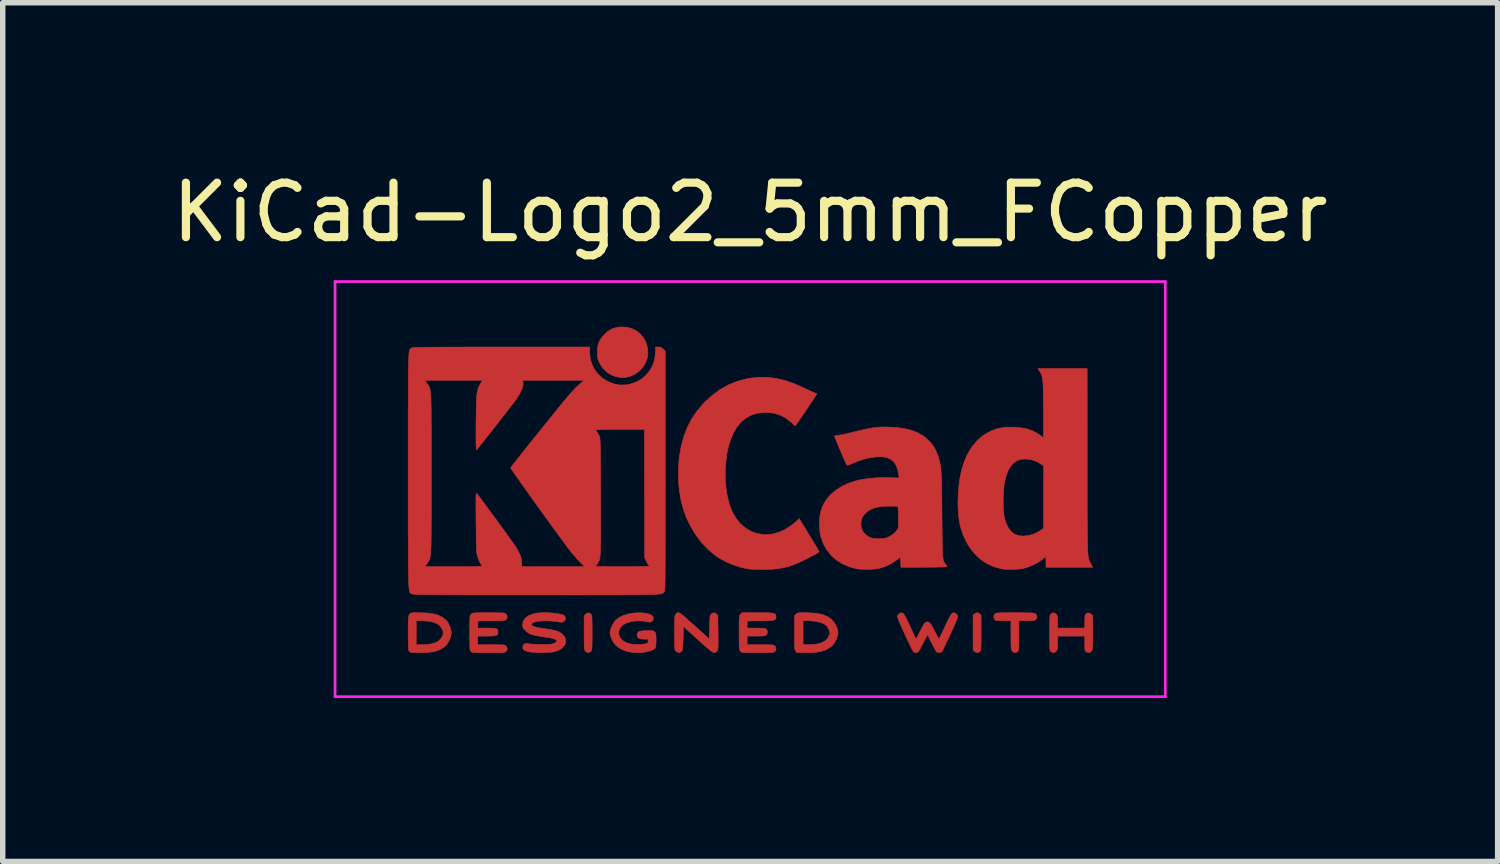
<source format=kicad_pcb>
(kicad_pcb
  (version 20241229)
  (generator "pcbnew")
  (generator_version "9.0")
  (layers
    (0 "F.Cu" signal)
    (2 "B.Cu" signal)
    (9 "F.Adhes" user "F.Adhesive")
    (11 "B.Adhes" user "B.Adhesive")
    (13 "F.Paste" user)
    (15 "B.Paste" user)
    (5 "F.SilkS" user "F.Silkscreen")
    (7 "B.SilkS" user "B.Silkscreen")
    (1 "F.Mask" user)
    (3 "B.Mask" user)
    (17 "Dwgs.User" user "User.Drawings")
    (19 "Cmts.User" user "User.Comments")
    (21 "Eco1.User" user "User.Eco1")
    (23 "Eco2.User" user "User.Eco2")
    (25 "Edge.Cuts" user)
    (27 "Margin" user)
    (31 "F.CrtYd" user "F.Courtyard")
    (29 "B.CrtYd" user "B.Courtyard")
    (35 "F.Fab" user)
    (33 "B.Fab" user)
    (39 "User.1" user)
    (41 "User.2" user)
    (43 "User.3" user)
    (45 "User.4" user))
  (footprint "KiCad-Logo2_5mm_FCopper"
    (layer "F.Cu")
    (at 10.72 5.928)
    (property "Reference" "KiCad-Logo2_5mm_FCopper" (at 0 -5.08 0) (layer "F.SilkS") (effects (font (size 1 1) (thickness 0.15))))
    (attr exclude_from_pos_files exclude_from_bom)
    (fp_poly (pts (xy 4.189 2.276) (xy 4.212 2.291) (xy 4.239 2.312) (xy 4.239 2.634) (xy 4.239 2.728) (xy 4.239 2.802) (xy 4.238 2.859) (xy 4.236 2.901) (xy 4.234 2.931) (xy 4.231 2.951) (xy 4.227 2.965) (xy 4.221 2.974) (xy 4.217 2.979) (xy 4.186 3) (xy 4.15 2.999) (xy 4.119 2.981) (xy 4.092 2.96) (xy 4.092 2.312) (xy 4.119 2.291) (xy 4.145 2.275) (xy 4.166 2.269) (xy 4.189 2.276)) (stroke (width 0.01) (type solid)) (fill yes) (layer "F.Cu"))
    (fp_poly (pts (xy -2.924 2.292) (xy -2.917 2.299) (xy -2.912 2.309) (xy -2.908 2.324) (xy -2.905 2.346) (xy -2.903 2.378) (xy -2.902 2.422) (xy -2.902 2.482) (xy -2.901 2.56) (xy -2.901 2.636) (xy -2.901 2.73) (xy -2.902 2.804) (xy -2.902 2.86) (xy -2.904 2.902) (xy -2.906 2.932) (xy -2.909 2.952) (xy -2.913 2.965) (xy -2.919 2.974) (xy -2.924 2.98) (xy -2.957 3) (xy -2.992 2.998) (xy -3.023 2.977) (xy -3.031 2.968) (xy -3.036 2.959) (xy -3.041 2.945) (xy -3.044 2.924) (xy -3.046 2.895) (xy -3.047 2.853) (xy -3.048 2.796) (xy -3.048 2.722) (xy -3.048 2.638) (xy -3.048 2.324) (xy -3.02 2.297) (xy -2.986 2.273) (xy -2.953 2.273) (xy -2.924 2.292)) (stroke (width 0.01) (type solid)) (fill yes) (layer "F.Cu"))
    (fp_poly (pts (xy -2.273 -2.973) (xy -2.177 -2.949) (xy -2.09 -2.906) (xy -2.015 -2.847) (xy -1.954 -2.772) (xy -1.909 -2.683) (xy -1.883 -2.586) (xy -1.877 -2.489) (xy -1.892 -2.395) (xy -1.926 -2.307) (xy -1.977 -2.228) (xy -2.042 -2.16) (xy -2.121 -2.106) (xy -2.212 -2.068) (xy -2.263 -2.056) (xy -2.308 -2.048) (xy -2.342 -2.045) (xy -2.375 -2.047) (xy -2.415 -2.054) (xy -2.449 -2.061) (xy -2.542 -2.092) (xy -2.626 -2.143) (xy -2.698 -2.213) (xy -2.756 -2.298) (xy -2.77 -2.326) (xy -2.787 -2.362) (xy -2.797 -2.392) (xy -2.802 -2.425) (xy -2.805 -2.466) (xy -2.805 -2.512) (xy -2.801 -2.596) (xy -2.787 -2.665) (xy -2.762 -2.726) (xy -2.723 -2.784) (xy -2.684 -2.829) (xy -2.612 -2.895) (xy -2.537 -2.94) (xy -2.455 -2.967) (xy -2.377 -2.977) (xy -2.273 -2.973)) (stroke (width 0.01) (type solid)) (fill yes) (layer "F.Cu"))
    (fp_poly (pts (xy 4.963 2.269) (xy 5.042 2.27) (xy 5.103 2.27) (xy 5.149 2.272) (xy 5.182 2.274) (xy 5.205 2.277) (xy 5.221 2.28) (xy 5.231 2.285) (xy 5.236 2.289) (xy 5.261 2.321) (xy 5.265 2.355) (xy 5.249 2.386) (xy 5.238 2.398) (xy 5.227 2.406) (xy 5.211 2.412) (xy 5.186 2.414) (xy 5.147 2.416) (xy 5.09 2.416) (xy 5.079 2.416) (xy 4.933 2.416) (xy 4.933 2.687) (xy 4.933 2.772) (xy 4.933 2.838) (xy 4.932 2.887) (xy 4.93 2.922) (xy 4.927 2.946) (xy 4.923 2.962) (xy 4.918 2.972) (xy 4.911 2.98) (xy 4.878 3) (xy 4.843 2.999) (xy 4.812 2.976) (xy 4.81 2.973) (xy 4.802 2.962) (xy 4.797 2.95) (xy 4.793 2.933) (xy 4.79 2.908) (xy 4.788 2.872) (xy 4.787 2.822) (xy 4.787 2.755) (xy 4.786 2.68) (xy 4.786 2.416) (xy 4.647 2.416) (xy 4.587 2.415) (xy 4.546 2.414) (xy 4.519 2.411) (xy 4.502 2.405) (xy 4.49 2.397) (xy 4.489 2.395) (xy 4.473 2.362) (xy 4.474 2.324) (xy 4.493 2.292) (xy 4.5 2.285) (xy 4.51 2.28) (xy 4.524 2.276) (xy 4.545 2.274) (xy 4.575 2.272) (xy 4.618 2.27) (xy 4.676 2.269) (xy 4.75 2.269) (xy 4.844 2.269) (xy 4.864 2.269) (xy 4.963 2.269)) (stroke (width 0.01) (type solid)) (fill yes) (layer "F.Cu"))
    (fp_poly (pts (xy 6.229 2.275) (xy 6.26 2.297) (xy 6.288 2.324) (xy 6.288 2.634) (xy 6.288 2.726) (xy 6.287 2.798) (xy 6.287 2.853) (xy 6.285 2.893) (xy 6.283 2.922) (xy 6.28 2.942) (xy 6.275 2.956) (xy 6.269 2.967) (xy 6.265 2.973) (xy 6.234 2.998) (xy 6.198 3) (xy 6.166 2.985) (xy 6.156 2.976) (xy 6.148 2.965) (xy 6.144 2.946) (xy 6.142 2.915) (xy 6.141 2.869) (xy 6.141 2.833) (xy 6.141 2.698) (xy 5.644 2.698) (xy 5.644 2.821) (xy 5.644 2.877) (xy 5.642 2.915) (xy 5.638 2.941) (xy 5.63 2.96) (xy 5.621 2.973) (xy 5.59 2.998) (xy 5.555 3.001) (xy 5.522 2.983) (xy 5.513 2.974) (xy 5.506 2.962) (xy 5.502 2.943) (xy 5.499 2.914) (xy 5.498 2.87) (xy 5.497 2.808) (xy 5.497 2.794) (xy 5.497 2.678) (xy 5.497 2.582) (xy 5.497 2.504) (xy 5.497 2.443) (xy 5.498 2.396) (xy 5.5 2.361) (xy 5.502 2.335) (xy 5.505 2.318) (xy 5.51 2.306) (xy 5.515 2.298) (xy 5.52 2.292) (xy 5.552 2.272) (xy 5.585 2.275) (xy 5.617 2.297) (xy 5.629 2.311) (xy 5.638 2.327) (xy 5.642 2.35) (xy 5.644 2.384) (xy 5.644 2.436) (xy 5.644 2.551) (xy 6.141 2.551) (xy 6.141 2.433) (xy 6.142 2.378) (xy 6.144 2.341) (xy 6.148 2.317) (xy 6.155 2.301) (xy 6.164 2.292) (xy 6.196 2.272) (xy 6.229 2.275)) (stroke (width 0.01) (type solid)) (fill yes) (layer "F.Cu"))
    (fp_poly (pts (xy 1.018 2.269) (xy 1.147 2.274) (xy 1.257 2.287) (xy 1.349 2.31) (xy 1.426 2.343) (xy 1.489 2.388) (xy 1.539 2.444) (xy 1.58 2.514) (xy 1.58 2.515) (xy 1.605 2.577) (xy 1.613 2.633) (xy 1.606 2.688) (xy 1.584 2.751) (xy 1.579 2.761) (xy 1.55 2.817) (xy 1.517 2.86) (xy 1.475 2.897) (xy 1.417 2.934) (xy 1.414 2.936) (xy 1.364 2.96) (xy 1.307 2.978) (xy 1.24 2.991) (xy 1.159 2.999) (xy 1.06 3.002) (xy 1.025 3.002) (xy 0.86 3.003) (xy 0.836 2.973) (xy 0.829 2.963) (xy 0.824 2.952) (xy 0.82 2.936) (xy 0.817 2.913) (xy 0.815 2.88) (xy 0.814 2.856) (xy 0.971 2.856) (xy 1.065 2.856) (xy 1.12 2.854) (xy 1.176 2.85) (xy 1.222 2.844) (xy 1.225 2.844) (xy 1.307 2.822) (xy 1.371 2.789) (xy 1.418 2.743) (xy 1.451 2.683) (xy 1.457 2.667) (xy 1.463 2.642) (xy 1.46 2.618) (xy 1.448 2.585) (xy 1.441 2.569) (xy 1.418 2.527) (xy 1.39 2.497) (xy 1.359 2.477) (xy 1.297 2.45) (xy 1.218 2.43) (xy 1.125 2.419) (xy 1.058 2.416) (xy 0.971 2.416) (xy 0.971 2.856) (xy 0.814 2.856) (xy 0.814 2.835) (xy 0.813 2.774) (xy 0.813 2.696) (xy 0.813 2.634) (xy 0.813 2.324) (xy 0.841 2.297) (xy 0.853 2.286) (xy 0.866 2.278) (xy 0.885 2.273) (xy 0.913 2.27) (xy 0.955 2.269) (xy 1.015 2.269) (xy 1.018 2.269)) (stroke (width 0.01) (type solid)) (fill yes) (layer "F.Cu"))
    (fp_poly (pts (xy -6.121 2.269) (xy -6.082 2.269) (xy -5.966 2.272) (xy -5.869 2.281) (xy -5.788 2.295) (xy -5.719 2.317) (xy -5.658 2.347) (xy -5.604 2.387) (xy -5.584 2.404) (xy -5.552 2.443) (xy -5.523 2.497) (xy -5.5 2.557) (xy -5.488 2.615) (xy -5.486 2.636) (xy -5.494 2.695) (xy -5.516 2.759) (xy -5.547 2.82) (xy -5.584 2.868) (xy -5.59 2.874) (xy -5.641 2.915) (xy -5.696 2.947) (xy -5.76 2.971) (xy -5.834 2.988) (xy -5.924 2.998) (xy -6.031 3.002) (xy -6.08 3.003) (xy -6.142 3.003) (xy -6.186 3.001) (xy -6.215 2.999) (xy -6.234 2.994) (xy -6.247 2.987) (xy -6.254 2.98) (xy -6.261 2.973) (xy -6.266 2.963) (xy -6.27 2.948) (xy -6.273 2.926) (xy -6.274 2.894) (xy -6.276 2.85) (xy -6.276 2.79) (xy -6.277 2.712) (xy -6.277 2.636) (xy -6.277 2.535) (xy -6.277 2.454) (xy -6.276 2.416) (xy -6.13 2.416) (xy -6.13 2.856) (xy -6.037 2.856) (xy -5.981 2.854) (xy -5.922 2.85) (xy -5.873 2.844) (xy -5.872 2.844) (xy -5.792 2.825) (xy -5.731 2.795) (xy -5.684 2.753) (xy -5.655 2.707) (xy -5.636 2.656) (xy -5.638 2.608) (xy -5.659 2.557) (xy -5.7 2.504) (xy -5.758 2.465) (xy -5.833 2.438) (xy -5.883 2.429) (xy -5.939 2.423) (xy -6 2.418) (xy -6.051 2.416) (xy -6.054 2.416) (xy -6.13 2.416) (xy -6.276 2.416) (xy -6.275 2.392) (xy -6.271 2.345) (xy -6.263 2.312) (xy -6.25 2.29) (xy -6.23 2.277) (xy -6.203 2.27) (xy -6.167 2.269) (xy -6.121 2.269)) (stroke (width 0.01) (type solid)) (fill yes) (layer "F.Cu"))
    (fp_poly (pts (xy -1.3 2.273) (xy -1.277 2.287) (xy -1.246 2.31) (xy -1.206 2.342) (xy -1.156 2.386) (xy -1.094 2.441) (xy -1.018 2.509) (xy -0.931 2.588) (xy -0.751 2.752) (xy -0.745 2.532) (xy -0.743 2.456) (xy -0.741 2.4) (xy -0.739 2.36) (xy -0.736 2.332) (xy -0.731 2.314) (xy -0.725 2.303) (xy -0.717 2.294) (xy -0.713 2.291) (xy -0.678 2.272) (xy -0.645 2.274) (xy -0.619 2.291) (xy -0.593 2.312) (xy -0.589 2.627) (xy -0.588 2.72) (xy -0.588 2.793) (xy -0.588 2.848) (xy -0.589 2.889) (xy -0.591 2.919) (xy -0.594 2.939) (xy -0.598 2.953) (xy -0.604 2.964) (xy -0.61 2.972) (xy -0.623 2.988) (xy -0.637 2.999) (xy -0.652 3.003) (xy -0.671 2.999) (xy -0.695 2.987) (xy -0.727 2.965) (xy -0.768 2.932) (xy -0.821 2.887) (xy -0.886 2.829) (xy -0.96 2.762) (xy -1.225 2.521) (xy -1.23 2.741) (xy -1.233 2.816) (xy -1.235 2.872) (xy -1.237 2.913) (xy -1.24 2.94) (xy -1.244 2.958) (xy -1.25 2.969) (xy -1.259 2.978) (xy -1.263 2.981) (xy -1.3 3) (xy -1.335 2.997) (xy -1.365 2.973) (xy -1.372 2.963) (xy -1.378 2.952) (xy -1.382 2.936) (xy -1.385 2.913) (xy -1.386 2.88) (xy -1.388 2.835) (xy -1.388 2.774) (xy -1.389 2.694) (xy -1.389 2.636) (xy -1.388 2.544) (xy -1.388 2.473) (xy -1.387 2.418) (xy -1.386 2.378) (xy -1.384 2.349) (xy -1.38 2.329) (xy -1.376 2.315) (xy -1.37 2.305) (xy -1.365 2.299) (xy -1.354 2.285) (xy -1.343 2.274) (xy -1.332 2.268) (xy -1.318 2.267) (xy -1.3 2.273)) (stroke (width 0.01) (type solid)) (fill yes) (layer "F.Cu"))
    (fp_poly (pts (xy -1.95 2.275) (xy -1.882 2.286) (xy -1.829 2.304) (xy -1.795 2.327) (xy -1.785 2.341) (xy -1.776 2.372) (xy -1.782 2.4) (xy -1.802 2.427) (xy -1.834 2.44) (xy -1.879 2.439) (xy -1.914 2.432) (xy -1.992 2.419) (xy -2.072 2.418) (xy -2.162 2.428) (xy -2.186 2.433) (xy -2.269 2.456) (xy -2.334 2.491) (xy -2.38 2.537) (xy -2.407 2.592) (xy -2.413 2.621) (xy -2.409 2.68) (xy -2.386 2.732) (xy -2.345 2.776) (xy -2.288 2.811) (xy -2.219 2.837) (xy -2.138 2.852) (xy -2.048 2.854) (xy -1.951 2.845) (xy -1.945 2.844) (xy -1.907 2.836) (xy -1.885 2.83) (xy -1.876 2.819) (xy -1.874 2.802) (xy -1.874 2.793) (xy -1.874 2.754) (xy -1.942 2.754) (xy -2.003 2.75) (xy -2.044 2.737) (xy -2.068 2.714) (xy -2.077 2.679) (xy -2.077 2.674) (xy -2.072 2.645) (xy -2.054 2.623) (xy -2.022 2.609) (xy -1.972 2.601) (xy -1.923 2.598) (xy -1.852 2.596) (xy -1.801 2.599) (xy -1.766 2.609) (xy -1.744 2.628) (xy -1.733 2.66) (xy -1.728 2.708) (xy -1.727 2.77) (xy -1.729 2.84) (xy -1.733 2.887) (xy -1.74 2.912) (xy -1.741 2.914) (xy -1.78 2.946) (xy -1.837 2.97) (xy -1.909 2.988) (xy -1.991 2.999) (xy -2.081 3.001) (xy -2.175 2.994) (xy -2.23 2.986) (xy -2.316 2.962) (xy -2.396 2.922) (xy -2.463 2.87) (xy -2.473 2.86) (xy -2.506 2.816) (xy -2.536 2.762) (xy -2.559 2.706) (xy -2.572 2.654) (xy -2.574 2.635) (xy -2.567 2.593) (xy -2.55 2.542) (xy -2.524 2.488) (xy -2.495 2.439) (xy -2.469 2.406) (xy -2.408 2.357) (xy -2.329 2.319) (xy -2.235 2.29) (xy -2.129 2.274) (xy -2.032 2.27) (xy -1.95 2.275)) (stroke (width 0.01) (type solid)) (fill yes) (layer "F.Cu"))
    (fp_poly (pts (xy 0.23 2.269) (xy 0.307 2.27) (xy 0.365 2.272) (xy 0.408 2.276) (xy 0.438 2.282) (xy 0.457 2.291) (xy 0.468 2.303) (xy 0.473 2.319) (xy 0.474 2.339) (xy 0.474 2.341) (xy 0.473 2.364) (xy 0.468 2.382) (xy 0.457 2.395) (xy 0.437 2.404) (xy 0.406 2.41) (xy 0.36 2.414) (xy 0.298 2.417) (xy 0.216 2.418) (xy 0.191 2.418) (xy -0.051 2.421) (xy -0.054 2.486) (xy -0.058 2.551) (xy 0.111 2.551) (xy 0.176 2.552) (xy 0.223 2.553) (xy 0.255 2.555) (xy 0.276 2.559) (xy 0.289 2.565) (xy 0.299 2.573) (xy 0.299 2.573) (xy 0.316 2.607) (xy 0.316 2.643) (xy 0.297 2.674) (xy 0.294 2.678) (xy 0.281 2.686) (xy 0.263 2.692) (xy 0.237 2.695) (xy 0.197 2.697) (xy 0.142 2.698) (xy 0.106 2.698) (xy -0.056 2.698) (xy -0.056 2.856) (xy 0.19 2.856) (xy 0.272 2.856) (xy 0.333 2.857) (xy 0.379 2.858) (xy 0.41 2.86) (xy 0.431 2.864) (xy 0.445 2.868) (xy 0.453 2.874) (xy 0.455 2.877) (xy 0.472 2.908) (xy 0.473 2.944) (xy 0.46 2.975) (xy 0.449 2.985) (xy 0.438 2.991) (xy 0.421 2.995) (xy 0.396 2.998) (xy 0.359 3) (xy 0.308 3.002) (xy 0.24 3.003) (xy 0.153 3.003) (xy 0.133 3.003) (xy 0.045 3.003) (xy -0.024 3.002) (xy -0.075 3.002) (xy -0.113 3) (xy -0.139 2.998) (xy -0.156 2.994) (xy -0.167 2.989) (xy -0.176 2.983) (xy -0.18 2.978) (xy -0.187 2.97) (xy -0.192 2.96) (xy -0.196 2.945) (xy -0.199 2.923) (xy -0.201 2.89) (xy -0.202 2.845) (xy -0.203 2.785) (xy -0.203 2.707) (xy -0.203 2.641) (xy -0.203 2.549) (xy -0.203 2.476) (xy -0.202 2.421) (xy -0.201 2.38) (xy -0.198 2.35) (xy -0.195 2.33) (xy -0.191 2.316) (xy -0.185 2.305) (xy -0.18 2.299) (xy -0.156 2.269) (xy 0.134 2.269) (xy 0.23 2.269)) (stroke (width 0.01) (type solid)) (fill yes) (layer "F.Cu"))
    (fp_poly (pts (xy -4.713 2.269) (xy -4.643 2.27) (xy -4.591 2.27) (xy -4.553 2.272) (xy -4.526 2.274) (xy -4.508 2.278) (xy -4.496 2.283) (xy -4.487 2.289) (xy -4.484 2.292) (xy -4.464 2.323) (xy -4.46 2.359) (xy -4.473 2.391) (xy -4.48 2.397) (xy -4.489 2.403) (xy -4.505 2.408) (xy -4.529 2.412) (xy -4.566 2.414) (xy -4.617 2.416) (xy -4.685 2.418) (xy -4.748 2.418) (xy -4.995 2.421) (xy -4.999 2.486) (xy -5.002 2.551) (xy -4.834 2.551) (xy -4.761 2.552) (xy -4.708 2.555) (xy -4.671 2.56) (xy -4.647 2.57) (xy -4.634 2.586) (xy -4.629 2.607) (xy -4.628 2.628) (xy -4.631 2.653) (xy -4.64 2.671) (xy -4.659 2.684) (xy -4.691 2.692) (xy -4.738 2.696) (xy -4.804 2.698) (xy -4.84 2.698) (xy -5.001 2.698) (xy -5.001 2.856) (xy -4.753 2.856) (xy -4.671 2.856) (xy -4.609 2.857) (xy -4.564 2.858) (xy -4.532 2.86) (xy -4.511 2.863) (xy -4.496 2.868) (xy -4.487 2.874) (xy -4.482 2.879) (xy -4.465 2.906) (xy -4.459 2.929) (xy -4.467 2.959) (xy -4.482 2.98) (xy -4.49 2.987) (xy -4.5 2.992) (xy -4.515 2.996) (xy -4.538 2.999) (xy -4.571 3.001) (xy -4.618 3.002) (xy -4.68 3.003) (xy -4.761 3.003) (xy -4.803 3.003) (xy -4.894 3.003) (xy -4.964 3.002) (xy -5.017 3.002) (xy -5.056 3) (xy -5.083 2.998) (xy -5.101 2.994) (xy -5.113 2.99) (xy -5.122 2.983) (xy -5.125 2.98) (xy -5.132 2.973) (xy -5.137 2.963) (xy -5.141 2.948) (xy -5.144 2.926) (xy -5.146 2.894) (xy -5.147 2.849) (xy -5.147 2.789) (xy -5.148 2.711) (xy -5.148 2.638) (xy -5.148 2.545) (xy -5.147 2.471) (xy -5.147 2.415) (xy -5.146 2.374) (xy -5.144 2.345) (xy -5.141 2.325) (xy -5.136 2.312) (xy -5.131 2.303) (xy -5.123 2.295) (xy -5.122 2.294) (xy -5.113 2.286) (xy -5.103 2.28) (xy -5.089 2.276) (xy -5.067 2.273) (xy -5.036 2.271) (xy -4.993 2.27) (xy -4.934 2.269) (xy -4.857 2.269) (xy -4.802 2.269) (xy -4.713 2.269)) (stroke (width 0.01) (type solid)) (fill yes) (layer "F.Cu"))
    (fp_poly (pts (xy 3.745 2.271) (xy 3.764 2.278) (xy 3.765 2.278) (xy 3.792 2.299) (xy 3.806 2.32) (xy 3.809 2.329) (xy 3.809 2.342) (xy 3.805 2.361) (xy 3.796 2.387) (xy 3.782 2.424) (xy 3.761 2.473) (xy 3.732 2.536) (xy 3.695 2.617) (xy 3.675 2.661) (xy 3.639 2.74) (xy 3.604 2.812) (xy 3.574 2.876) (xy 3.548 2.928) (xy 3.528 2.965) (xy 3.516 2.986) (xy 3.513 2.989) (xy 3.482 3.001) (xy 3.447 3) (xy 3.419 2.984) (xy 3.418 2.983) (xy 3.407 2.966) (xy 3.388 2.933) (xy 3.364 2.888) (xy 3.337 2.836) (xy 3.327 2.817) (xy 3.254 2.67) (xy 3.174 2.829) (xy 3.146 2.884) (xy 3.119 2.932) (xy 3.097 2.969) (xy 3.081 2.991) (xy 3.076 2.996) (xy 3.034 3.002) (xy 3 2.989) (xy 2.99 2.974) (xy 2.972 2.943) (xy 2.949 2.897) (xy 2.921 2.839) (xy 2.89 2.774) (xy 2.857 2.704) (xy 2.824 2.631) (xy 2.792 2.56) (xy 2.763 2.494) (xy 2.737 2.435) (xy 2.718 2.386) (xy 2.705 2.352) (xy 2.7 2.334) (xy 2.7 2.334) (xy 2.711 2.311) (xy 2.733 2.289) (xy 2.735 2.288) (xy 2.762 2.272) (xy 2.787 2.273) (xy 2.796 2.275) (xy 2.808 2.282) (xy 2.82 2.294) (xy 2.834 2.315) (xy 2.852 2.347) (xy 2.875 2.393) (xy 2.905 2.455) (xy 2.932 2.512) (xy 2.962 2.578) (xy 2.99 2.638) (xy 3.013 2.688) (xy 3.03 2.725) (xy 3.039 2.746) (xy 3.041 2.749) (xy 3.047 2.743) (xy 3.061 2.721) (xy 3.081 2.685) (xy 3.106 2.638) (xy 3.115 2.619) (xy 3.148 2.554) (xy 3.174 2.507) (xy 3.194 2.474) (xy 3.21 2.454) (xy 3.226 2.443) (xy 3.242 2.439) (xy 3.252 2.438) (xy 3.271 2.44) (xy 3.287 2.447) (xy 3.303 2.462) (xy 3.321 2.487) (xy 3.344 2.526) (xy 3.373 2.581) (xy 3.389 2.613) (xy 3.415 2.663) (xy 3.437 2.705) (xy 3.454 2.734) (xy 3.464 2.748) (xy 3.466 2.749) (xy 3.472 2.738) (xy 3.487 2.709) (xy 3.508 2.666) (xy 3.534 2.612) (xy 3.564 2.548) (xy 3.578 2.517) (xy 3.616 2.436) (xy 3.647 2.374) (xy 3.672 2.328) (xy 3.692 2.297) (xy 3.71 2.278) (xy 3.727 2.271) (xy 3.745 2.271)) (stroke (width 0.01) (type solid)) (fill yes) (layer "F.Cu"))
    (fp_poly (pts (xy -3.692 2.27) (xy -3.617 2.276) (xy -3.547 2.284) (xy -3.487 2.295) (xy -3.44 2.308) (xy -3.41 2.323) (xy -3.406 2.327) (xy -3.39 2.362) (xy -3.395 2.397) (xy -3.419 2.428) (xy -3.421 2.429) (xy -3.435 2.438) (xy -3.45 2.443) (xy -3.471 2.443) (xy -3.503 2.44) (xy -3.552 2.432) (xy -3.556 2.432) (xy -3.629 2.423) (xy -3.707 2.418) (xy -3.786 2.418) (xy -3.859 2.422) (xy -3.922 2.43) (xy -3.968 2.443) (xy -3.971 2.444) (xy -4.005 2.463) (xy -4.017 2.482) (xy -4.008 2.5) (xy -3.978 2.518) (xy -3.929 2.535) (xy -3.861 2.549) (xy -3.816 2.556) (xy -3.721 2.57) (xy -3.647 2.582) (xy -3.588 2.594) (xy -3.542 2.608) (xy -3.506 2.623) (xy -3.476 2.641) (xy -3.449 2.664) (xy -3.428 2.686) (xy -3.403 2.717) (xy -3.391 2.743) (xy -3.387 2.776) (xy -3.387 2.788) (xy -3.39 2.828) (xy -3.401 2.857) (xy -3.421 2.883) (xy -3.462 2.924) (xy -3.508 2.954) (xy -3.562 2.976) (xy -3.627 2.991) (xy -3.707 2.999) (xy -3.805 3.001) (xy -3.821 3.001) (xy -3.887 3) (xy -3.952 2.997) (xy -4.009 2.992) (xy -4.052 2.987) (xy -4.055 2.987) (xy -4.098 2.976) (xy -4.134 2.964) (xy -4.154 2.952) (xy -4.173 2.922) (xy -4.174 2.886) (xy -4.158 2.854) (xy -4.154 2.851) (xy -4.139 2.84) (xy -4.12 2.835) (xy -4.091 2.836) (xy -4.056 2.84) (xy -4.016 2.844) (xy -3.96 2.847) (xy -3.895 2.849) (xy -3.828 2.85) (xy -3.81 2.85) (xy -3.742 2.85) (xy -3.692 2.849) (xy -3.657 2.846) (xy -3.63 2.841) (xy -3.609 2.834) (xy -3.596 2.828) (xy -3.568 2.811) (xy -3.55 2.796) (xy -3.547 2.792) (xy -3.553 2.774) (xy -3.579 2.757) (xy -3.624 2.741) (xy -3.687 2.728) (xy -3.705 2.725) (xy -3.801 2.71) (xy -3.878 2.697) (xy -3.938 2.686) (xy -3.984 2.676) (xy -4.021 2.665) (xy -4.049 2.653) (xy -4.073 2.639) (xy -4.096 2.622) (xy -4.119 2.601) (xy -4.127 2.594) (xy -4.155 2.567) (xy -4.17 2.545) (xy -4.176 2.52) (xy -4.177 2.489) (xy -4.167 2.428) (xy -4.136 2.376) (xy -4.085 2.333) (xy -4.013 2.3) (xy -3.962 2.285) (xy -3.907 2.275) (xy -3.841 2.27) (xy -3.768 2.268) (xy -3.692 2.27)) (stroke (width 0.01) (type solid)) (fill yes) (layer "F.Cu"))
    (fp_poly (pts (xy 0.328 -2.051) (xy 0.489 -2.03) (xy 0.653 -1.99) (xy 0.822 -1.93) (xy 1 -1.851) (xy 1.011 -1.845) (xy 1.069 -1.817) (xy 1.121 -1.793) (xy 1.162 -1.775) (xy 1.19 -1.764) (xy 1.2 -1.761) (xy 1.219 -1.756) (xy 1.224 -1.752) (xy 1.218 -1.741) (xy 1.202 -1.715) (xy 1.177 -1.676) (xy 1.145 -1.626) (xy 1.107 -1.569) (xy 1.066 -1.507) (xy 1.023 -1.442) (xy 0.98 -1.379) (xy 0.939 -1.319) (xy 0.902 -1.265) (xy 0.871 -1.22) (xy 0.847 -1.186) (xy 0.832 -1.167) (xy 0.83 -1.165) (xy 0.82 -1.17) (xy 0.798 -1.187) (xy 0.767 -1.214) (xy 0.752 -1.228) (xy 0.655 -1.303) (xy 0.548 -1.359) (xy 0.433 -1.394) (xy 0.31 -1.408) (xy 0.241 -1.407) (xy 0.119 -1.39) (xy 0.01 -1.354) (xy -0.087 -1.299) (xy -0.174 -1.225) (xy -0.249 -1.131) (xy -0.314 -1.018) (xy -0.351 -0.931) (xy -0.395 -0.796) (xy -0.428 -0.648) (xy -0.448 -0.493) (xy -0.458 -0.333) (xy -0.456 -0.173) (xy -0.443 -0.016) (xy -0.419 0.133) (xy -0.384 0.271) (xy -0.338 0.395) (xy -0.322 0.429) (xy -0.253 0.543) (xy -0.173 0.64) (xy -0.081 0.718) (xy 0.02 0.777) (xy 0.13 0.816) (xy 0.247 0.834) (xy 0.289 0.835) (xy 0.41 0.824) (xy 0.531 0.791) (xy 0.649 0.737) (xy 0.762 0.663) (xy 0.854 0.585) (xy 0.9 0.54) (xy 1.081 0.837) (xy 1.127 0.911) (xy 1.168 0.98) (xy 1.204 1.039) (xy 1.233 1.088) (xy 1.254 1.124) (xy 1.265 1.144) (xy 1.266 1.147) (xy 1.258 1.157) (xy 1.233 1.174) (xy 1.193 1.197) (xy 1.142 1.225) (xy 1.084 1.255) (xy 1.021 1.287) (xy 0.958 1.318) (xy 0.896 1.346) (xy 0.839 1.371) (xy 0.791 1.391) (xy 0.768 1.399) (xy 0.634 1.437) (xy 0.496 1.462) (xy 0.349 1.475) (xy 0.222 1.477) (xy 0.154 1.476) (xy 0.088 1.474) (xy 0.031 1.471) (xy -0.013 1.468) (xy -0.027 1.466) (xy -0.166 1.438) (xy -0.307 1.392) (xy -0.445 1.334) (xy -0.572 1.264) (xy -0.649 1.211) (xy -0.777 1.103) (xy -0.895 0.977) (xy -1.002 0.835) (xy -1.095 0.681) (xy -1.173 0.518) (xy -1.217 0.401) (xy -1.267 0.217) (xy -1.301 0.023) (xy -1.318 -0.179) (xy -1.318 -0.382) (xy -1.301 -0.584) (xy -1.268 -0.781) (xy -1.217 -0.967) (xy -1.214 -0.978) (xy -1.151 -1.14) (xy -1.074 -1.288) (xy -0.981 -1.426) (xy -0.868 -1.558) (xy -0.825 -1.604) (xy -0.688 -1.728) (xy -0.549 -1.83) (xy -0.403 -1.912) (xy -0.249 -1.975) (xy -0.084 -2.02) (xy 0.011 -2.038) (xy 0.17 -2.054) (xy 0.328 -2.051)) (stroke (width 0.01) (type solid)) (fill yes) (layer "F.Cu"))
    (fp_poly (pts (xy 6.187 -0.528) (xy 6.187 -0.293) (xy 6.187 -0.08) (xy 6.187 0.112) (xy 6.187 0.285) (xy 6.187 0.441) (xy 6.188 0.579) (xy 6.188 0.701) (xy 6.189 0.808) (xy 6.19 0.901) (xy 6.192 0.982) (xy 6.194 1.051) (xy 6.196 1.11) (xy 6.198 1.159) (xy 6.202 1.2) (xy 6.205 1.234) (xy 6.21 1.262) (xy 6.214 1.285) (xy 6.22 1.304) (xy 6.226 1.321) (xy 6.233 1.335) (xy 6.24 1.349) (xy 6.249 1.364) (xy 6.254 1.373) (xy 6.288 1.434) (xy 5.43 1.434) (xy 5.43 1.338) (xy 5.429 1.294) (xy 5.427 1.261) (xy 5.424 1.243) (xy 5.423 1.242) (xy 5.412 1.249) (xy 5.389 1.267) (xy 5.366 1.286) (xy 5.312 1.327) (xy 5.242 1.368) (xy 5.165 1.405) (xy 5.088 1.435) (xy 5.057 1.445) (xy 4.989 1.46) (xy 4.906 1.47) (xy 4.816 1.475) (xy 4.728 1.474) (xy 4.649 1.469) (xy 4.612 1.463) (xy 4.473 1.425) (xy 4.346 1.367) (xy 4.23 1.29) (xy 4.127 1.195) (xy 4.036 1.081) (xy 3.969 0.97) (xy 3.914 0.854) (xy 3.872 0.734) (xy 3.842 0.608) (xy 3.823 0.472) (xy 3.815 0.32) (xy 3.814 0.243) (xy 3.816 0.186) (xy 4.645 0.186) (xy 4.645 0.279) (xy 4.648 0.367) (xy 4.654 0.444) (xy 4.662 0.505) (xy 4.665 0.517) (xy 4.697 0.625) (xy 4.738 0.712) (xy 4.79 0.779) (xy 4.853 0.826) (xy 4.926 0.853) (xy 5.011 0.862) (xy 5.107 0.851) (xy 5.17 0.835) (xy 5.219 0.817) (xy 5.274 0.791) (xy 5.314 0.767) (xy 5.385 0.721) (xy 5.385 -0.429) (xy 5.317 -0.473) (xy 5.239 -0.514) (xy 5.155 -0.541) (xy 5.07 -0.553) (xy 4.988 -0.549) (xy 4.915 -0.53) (xy 4.883 -0.515) (xy 4.826 -0.472) (xy 4.777 -0.415) (xy 4.735 -0.342) (xy 4.701 -0.252) (xy 4.672 -0.141) (xy 4.671 -0.135) (xy 4.66 -0.073) (xy 4.653 0.005) (xy 4.648 0.093) (xy 4.645 0.186) (xy 3.816 0.186) (xy 3.822 0.03) (xy 3.844 -0.166) (xy 3.88 -0.345) (xy 3.93 -0.506) (xy 3.994 -0.65) (xy 4.071 -0.777) (xy 4.163 -0.886) (xy 4.268 -0.977) (xy 4.314 -1.008) (xy 4.415 -1.064) (xy 4.518 -1.104) (xy 4.628 -1.128) (xy 4.749 -1.138) (xy 4.842 -1.137) (xy 4.971 -1.126) (xy 5.084 -1.104) (xy 5.183 -1.07) (xy 5.271 -1.024) (xy 5.32 -0.99) (xy 5.349 -0.968) (xy 5.371 -0.953) (xy 5.379 -0.948) (xy 5.381 -0.959) (xy 5.382 -0.99) (xy 5.383 -1.037) (xy 5.384 -1.1) (xy 5.384 -1.173) (xy 5.384 -1.256) (xy 5.384 -1.344) (xy 5.384 -1.436) (xy 5.383 -1.528) (xy 5.382 -1.618) (xy 5.381 -1.704) (xy 5.38 -1.781) (xy 5.379 -1.848) (xy 5.377 -1.902) (xy 5.375 -1.94) (xy 5.375 -1.947) (xy 5.367 -2.018) (xy 5.356 -2.073) (xy 5.338 -2.12) (xy 5.312 -2.166) (xy 5.305 -2.176) (xy 5.281 -2.213) (xy 6.186 -2.213) (xy 6.187 -0.528)) (stroke (width 0.01) (type solid)) (fill yes) (layer "F.Cu"))
    (fp_poly (pts (xy 2.674 -1.133) (xy 2.825 -1.113) (xy 2.961 -1.08) (xy 3.08 -1.032) (xy 3.185 -0.971) (xy 3.262 -0.907) (xy 3.331 -0.833) (xy 3.385 -0.753) (xy 3.428 -0.661) (xy 3.443 -0.618) (xy 3.456 -0.579) (xy 3.467 -0.543) (xy 3.477 -0.508) (xy 3.485 -0.472) (xy 3.492 -0.433) (xy 3.498 -0.39) (xy 3.503 -0.34) (xy 3.507 -0.283) (xy 3.51 -0.215) (xy 3.513 -0.136) (xy 3.515 -0.043) (xy 3.517 0.066) (xy 3.518 0.192) (xy 3.52 0.337) (xy 3.521 0.48) (xy 3.522 0.636) (xy 3.524 0.771) (xy 3.525 0.887) (xy 3.526 0.986) (xy 3.528 1.068) (xy 3.53 1.136) (xy 3.532 1.192) (xy 3.535 1.236) (xy 3.539 1.271) (xy 3.544 1.299) (xy 3.55 1.321) (xy 3.557 1.338) (xy 3.565 1.352) (xy 3.574 1.366) (xy 3.585 1.38) (xy 3.59 1.385) (xy 3.605 1.408) (xy 3.612 1.423) (xy 3.612 1.424) (xy 3.602 1.426) (xy 3.571 1.428) (xy 3.522 1.43) (xy 3.458 1.431) (xy 3.382 1.433) (xy 3.295 1.433) (xy 3.2 1.434) (xy 3.19 1.434) (xy 2.767 1.434) (xy 2.763 1.338) (xy 2.76 1.242) (xy 2.698 1.293) (xy 2.601 1.36) (xy 2.491 1.415) (xy 2.404 1.445) (xy 2.335 1.46) (xy 2.252 1.47) (xy 2.162 1.475) (xy 2.074 1.474) (xy 1.995 1.468) (xy 1.959 1.463) (xy 1.819 1.425) (xy 1.692 1.37) (xy 1.58 1.299) (xy 1.484 1.213) (xy 1.404 1.112) (xy 1.341 0.997) (xy 1.296 0.871) (xy 1.284 0.814) (xy 1.276 0.752) (xy 1.273 0.677) (xy 1.272 0.643) (xy 1.272 0.64) (xy 2.032 0.64) (xy 2.042 0.715) (xy 2.07 0.779) (xy 2.118 0.835) (xy 2.123 0.839) (xy 2.172 0.874) (xy 2.223 0.897) (xy 2.284 0.909) (xy 2.359 0.911) (xy 2.377 0.911) (xy 2.431 0.908) (xy 2.471 0.903) (xy 2.506 0.893) (xy 2.545 0.876) (xy 2.556 0.871) (xy 2.616 0.835) (xy 2.663 0.792) (xy 2.676 0.777) (xy 2.721 0.72) (xy 2.721 0.525) (xy 2.72 0.446) (xy 2.718 0.388) (xy 2.715 0.349) (xy 2.711 0.327) (xy 2.707 0.32) (xy 2.691 0.317) (xy 2.657 0.314) (xy 2.61 0.313) (xy 2.555 0.312) (xy 2.546 0.312) (xy 2.425 0.317) (xy 2.323 0.333) (xy 2.236 0.361) (xy 2.164 0.401) (xy 2.109 0.448) (xy 2.064 0.506) (xy 2.039 0.569) (xy 2.032 0.64) (xy 1.272 0.64) (xy 1.274 0.55) (xy 1.283 0.471) (xy 1.299 0.4) (xy 1.324 0.329) (xy 1.348 0.276) (xy 1.407 0.181) (xy 1.485 0.093) (xy 1.58 0.014) (xy 1.69 -0.055) (xy 1.813 -0.111) (xy 1.945 -0.154) (xy 2.009 -0.169) (xy 2.146 -0.191) (xy 2.294 -0.206) (xy 2.446 -0.212) (xy 2.572 -0.211) (xy 2.734 -0.204) (xy 2.727 -0.263) (xy 2.707 -0.362) (xy 2.676 -0.443) (xy 2.632 -0.506) (xy 2.575 -0.551) (xy 2.503 -0.58) (xy 2.416 -0.594) (xy 2.313 -0.591) (xy 2.275 -0.587) (xy 2.134 -0.562) (xy 1.997 -0.521) (xy 1.902 -0.483) (xy 1.857 -0.464) (xy 1.819 -0.448) (xy 1.792 -0.439) (xy 1.785 -0.437) (xy 1.775 -0.446) (xy 1.758 -0.475) (xy 1.734 -0.524) (xy 1.703 -0.594) (xy 1.665 -0.684) (xy 1.658 -0.7) (xy 1.628 -0.772) (xy 1.601 -0.838) (xy 1.578 -0.893) (xy 1.561 -0.936) (xy 1.55 -0.963) (xy 1.547 -0.972) (xy 1.557 -0.977) (xy 1.583 -0.982) (xy 1.611 -0.986) (xy 1.642 -0.991) (xy 1.689 -1) (xy 1.751 -1.013) (xy 1.821 -1.029) (xy 1.896 -1.047) (xy 1.925 -1.054) (xy 2.03 -1.08) (xy 2.117 -1.1) (xy 2.192 -1.115) (xy 2.258 -1.126) (xy 2.319 -1.133) (xy 2.381 -1.138) (xy 2.446 -1.14) (xy 2.504 -1.14) (xy 2.674 -1.133)) (stroke (width 0.01) (type solid)) (fill yes) (layer "F.Cu"))
    (fp_poly (pts (xy -2.946 -2.511) (xy -2.936 -2.397) (xy -2.904 -2.289) (xy -2.853 -2.19) (xy -2.784 -2.102) (xy -2.699 -2.027) (xy -2.602 -1.97) (xy -2.496 -1.93) (xy -2.389 -1.911) (xy -2.283 -1.913) (xy -2.181 -1.932) (xy -2.085 -1.969) (xy -1.996 -2.021) (xy -1.917 -2.087) (xy -1.849 -2.167) (xy -1.796 -2.258) (xy -1.759 -2.359) (xy -1.74 -2.47) (xy -1.738 -2.52) (xy -1.738 -2.608) (xy -1.687 -2.608) (xy -1.65 -2.605) (xy -1.623 -2.593) (xy -1.596 -2.569) (xy -1.558 -2.531) (xy -1.558 -0.339) (xy -1.558 -0.077) (xy -1.558 0.163) (xy -1.558 0.383) (xy -1.558 0.583) (xy -1.558 0.764) (xy -1.558 0.928) (xy -1.559 1.074) (xy -1.559 1.205) (xy -1.559 1.32) (xy -1.56 1.421) (xy -1.561 1.509) (xy -1.561 1.585) (xy -1.562 1.65) (xy -1.563 1.704) (xy -1.564 1.749) (xy -1.565 1.786) (xy -1.567 1.815) (xy -1.568 1.837) (xy -1.57 1.854) (xy -1.572 1.866) (xy -1.574 1.874) (xy -1.576 1.88) (xy -1.577 1.882) (xy -1.581 1.889) (xy -1.585 1.895) (xy -1.589 1.901) (xy -1.594 1.906) (xy -1.601 1.911) (xy -1.611 1.916) (xy -1.625 1.92) (xy -1.645 1.923) (xy -1.669 1.926) (xy -1.701 1.929) (xy -1.741 1.931) (xy -1.789 1.934) (xy -1.846 1.935) (xy -1.914 1.937) (xy -1.994 1.938) (xy -2.085 1.939) (xy -2.19 1.94) (xy -2.309 1.94) (xy -2.443 1.941) (xy -2.593 1.941) (xy -2.76 1.941) (xy -2.945 1.942) (xy -3.149 1.942) (xy -3.372 1.942) (xy -3.616 1.941) (xy -3.881 1.941) (xy -3.92 1.941) (xy -4.187 1.941) (xy -4.432 1.941) (xy -4.657 1.941) (xy -4.861 1.941) (xy -5.047 1.941) (xy -5.215 1.941) (xy -5.366 1.94) (xy -5.501 1.94) (xy -5.62 1.939) (xy -5.725 1.939) (xy -5.817 1.938) (xy -5.896 1.938) (xy -5.964 1.937) (xy -6.021 1.936) (xy -6.069 1.935) (xy -6.107 1.933) (xy -6.138 1.932) (xy -6.162 1.931) (xy -6.18 1.929) (xy -6.192 1.927) (xy -6.201 1.925) (xy -6.205 1.923) (xy -6.214 1.92) (xy -6.221 1.917) (xy -6.229 1.915) (xy -6.235 1.911) (xy -6.241 1.906) (xy -6.246 1.897) (xy -6.251 1.885) (xy -6.255 1.869) (xy -6.259 1.846) (xy -6.262 1.818) (xy -6.265 1.781) (xy -6.268 1.737) (xy -6.27 1.683) (xy -6.271 1.618) (xy -6.273 1.543) (xy -6.274 1.455) (xy -6.275 1.354) (xy -6.276 1.239) (xy -6.276 1.11) (xy -6.276 0.964) (xy -6.277 0.802) (xy -6.277 0.621) (xy -6.277 0.422) (xy -6.277 0.204) (xy -6.277 -0.035) (xy -6.277 -0.296) (xy -6.277 -0.338) (xy -6.277 -0.601) (xy -6.277 -0.842) (xy -6.277 -1.063) (xy -6.277 -1.264) (xy -6.277 -1.446) (xy -6.276 -1.61) (xy -6.276 -1.757) (xy -6.276 -1.888) (xy -6.275 -1.998) (xy -5.972 -1.998) (xy -5.932 -1.94) (xy -5.921 -1.925) (xy -5.911 -1.911) (xy -5.902 -1.897) (xy -5.894 -1.883) (xy -5.887 -1.868) (xy -5.881 -1.849) (xy -5.875 -1.826) (xy -5.871 -1.798) (xy -5.867 -1.764) (xy -5.863 -1.722) (xy -5.861 -1.67) (xy -5.858 -1.609) (xy -5.857 -1.537) (xy -5.855 -1.452) (xy -5.855 -1.354) (xy -5.854 -1.24) (xy -5.853 -1.111) (xy -5.853 -0.965) (xy -5.853 -0.8) (xy -5.853 -0.616) (xy -5.853 -0.41) (xy -5.853 -0.288) (xy -5.853 -0.071) (xy -5.853 0.125) (xy -5.853 0.3) (xy -5.853 0.456) (xy -5.854 0.595) (xy -5.854 0.717) (xy -5.855 0.823) (xy -5.856 0.915) (xy -5.857 0.994) (xy -5.859 1.062) (xy -5.862 1.118) (xy -5.865 1.165) (xy -5.868 1.204) (xy -5.872 1.235) (xy -5.877 1.261) (xy -5.883 1.282) (xy -5.89 1.299) (xy -5.897 1.314) (xy -5.906 1.327) (xy -5.915 1.341) (xy -5.925 1.356) (xy -5.932 1.365) (xy -5.97 1.422) (xy -5.439 1.422) (xy -5.315 1.422) (xy -5.213 1.422) (xy -5.129 1.422) (xy -5.063 1.421) (xy -5.012 1.42) (xy -4.974 1.419) (xy -4.948 1.417) (xy -4.932 1.415) (xy -4.923 1.412) (xy -4.921 1.408) (xy -4.923 1.404) (xy -4.925 1.403) (xy -4.95 1.366) (xy -4.976 1.313) (xy -4.999 1.251) (xy -5.007 1.224) (xy -5.012 1.206) (xy -5.016 1.185) (xy -5.019 1.159) (xy -5.022 1.126) (xy -5.024 1.083) (xy -5.026 1.028) (xy -5.028 0.96) (xy -5.029 0.877) (xy -5.03 0.775) (xy -5.031 0.654) (xy -5.032 0.61) (xy -5.033 0.484) (xy -5.033 0.38) (xy -5.034 0.295) (xy -5.034 0.227) (xy -5.034 0.174) (xy -5.033 0.135) (xy -5.031 0.107) (xy -5.029 0.09) (xy -5.027 0.081) (xy -5.023 0.078) (xy -5.019 0.08) (xy -5.015 0.085) (xy -5.004 0.098) (xy -4.982 0.127) (xy -4.95 0.17) (xy -4.909 0.225) (xy -4.861 0.289) (xy -4.808 0.362) (xy -4.751 0.44) (xy -4.691 0.521) (xy -4.631 0.603) (xy -4.572 0.685) (xy -4.514 0.763) (xy -4.461 0.836) (xy -4.413 0.902) (xy -4.373 0.959) (xy -4.341 1.004) (xy -4.318 1.035) (xy -4.314 1.041) (xy -4.291 1.078) (xy -4.264 1.126) (xy -4.239 1.176) (xy -4.236 1.183) (xy -4.214 1.231) (xy -4.201 1.268) (xy -4.196 1.304) (xy -4.194 1.346) (xy -4.195 1.422) (xy -3.041 1.422) (xy -3.132 1.329) (xy -3.179 1.279) (xy -3.229 1.222) (xy -3.275 1.168) (xy -3.295 1.143) (xy -3.326 1.103) (xy -3.366 1.05) (xy -3.414 0.985) (xy -3.47 0.909) (xy -3.532 0.825) (xy -3.599 0.733) (xy -3.669 0.636) (xy -3.743 0.535) (xy -3.817 0.432) (xy -3.892 0.328) (xy -3.966 0.225) (xy -4.038 0.125) (xy -4.106 0.029) (xy -4.17 -0.061) (xy -4.229 -0.144) (xy -4.28 -0.218) (xy -4.324 -0.28) (xy -4.359 -0.33) (xy -4.383 -0.367) (xy -4.396 -0.387) (xy -4.398 -0.391) (xy -4.39 -0.403) (xy -4.369 -0.43) (xy -4.337 -0.471) (xy -4.294 -0.525) (xy -4.243 -0.589) (xy -4.185 -0.663) (xy -4.12 -0.744) (xy -4.051 -0.831) (xy -3.979 -0.921) (xy -3.904 -1.014) (xy -3.845 -1.088) (xy -2.834 -1.088) (xy -2.828 -1.075) (xy -2.813 -1.053) (xy -2.812 -1.052) (xy -2.793 -1.021) (xy -2.774 -0.985) (xy -2.77 -0.976) (xy -2.766 -0.968) (xy -2.763 -0.958) (xy -2.76 -0.945) (xy -2.758 -0.927) (xy -2.756 -0.904) (xy -2.754 -0.873) (xy -2.753 -0.833) (xy -2.751 -0.784) (xy -2.75 -0.723) (xy -2.749 -0.649) (xy -2.749 -0.561) (xy -2.748 -0.457) (xy -2.747 -0.337) (xy -2.747 -0.198) (xy -2.746 -0.039) (xy -2.746 0.14) (xy -2.745 0.325) (xy -2.745 0.489) (xy -2.745 0.633) (xy -2.744 0.759) (xy -2.745 0.868) (xy -2.745 0.961) (xy -2.747 1.04) (xy -2.748 1.106) (xy -2.75 1.161) (xy -2.753 1.206) (xy -2.757 1.242) (xy -2.761 1.271) (xy -2.766 1.295) (xy -2.772 1.313) (xy -2.779 1.329) (xy -2.787 1.344) (xy -2.797 1.358) (xy -2.805 1.37) (xy -2.822 1.396) (xy -2.832 1.414) (xy -2.834 1.417) (xy -2.823 1.418) (xy -2.791 1.419) (xy -2.742 1.42) (xy -2.677 1.421) (xy -2.599 1.422) (xy -2.51 1.422) (xy -2.411 1.422) (xy -2.342 1.422) (xy -2.237 1.422) (xy -2.141 1.422) (xy -2.054 1.421) (xy -1.98 1.419) (xy -1.921 1.418) (xy -1.879 1.416) (xy -1.855 1.414) (xy -1.851 1.412) (xy -1.859 1.398) (xy -1.867 1.39) (xy -1.88 1.372) (xy -1.897 1.342) (xy -1.909 1.318) (xy -1.936 1.259) (xy -1.939 0.082) (xy -1.942 -1.095) (xy -2.388 -1.095) (xy -2.486 -1.095) (xy -2.576 -1.094) (xy -2.657 -1.094) (xy -2.725 -1.093) (xy -2.779 -1.092) (xy -2.815 -1.09) (xy -2.833 -1.089) (xy -2.834 -1.088) (xy -3.845 -1.088) (xy -3.829 -1.107) (xy -3.755 -1.199) (xy -3.683 -1.289) (xy -3.615 -1.374) (xy -3.551 -1.452) (xy -3.494 -1.523) (xy -3.444 -1.584) (xy -3.403 -1.633) (xy -3.386 -1.654) (xy -3.3 -1.754) (xy -3.223 -1.838) (xy -3.154 -1.906) (xy -3.091 -1.96) (xy -3.082 -1.967) (xy -3.042 -1.998) (xy -4.174 -1.998) (xy -4.169 -1.95) (xy -4.172 -1.893) (xy -4.194 -1.825) (xy -4.234 -1.745) (xy -4.279 -1.673) (xy -4.295 -1.65) (xy -4.323 -1.612) (xy -4.361 -1.562) (xy -4.408 -1.501) (xy -4.462 -1.432) (xy -4.52 -1.356) (xy -4.582 -1.276) (xy -4.646 -1.194) (xy -4.71 -1.112) (xy -4.773 -1.032) (xy -4.832 -0.957) (xy -4.887 -0.888) (xy -4.935 -0.828) (xy -4.974 -0.778) (xy -5.004 -0.742) (xy -5.022 -0.72) (xy -5.025 -0.717) (xy -5.028 -0.725) (xy -5.03 -0.755) (xy -5.032 -0.807) (xy -5.033 -0.881) (xy -5.033 -0.977) (xy -5.033 -1.094) (xy -5.032 -1.214) (xy -5.03 -1.346) (xy -5.029 -1.457) (xy -5.027 -1.551) (xy -5.024 -1.629) (xy -5.021 -1.692) (xy -5.016 -1.745) (xy -5.009 -1.788) (xy -5.002 -1.823) (xy -4.992 -1.854) (xy -4.98 -1.882) (xy -4.965 -1.91) (xy -4.95 -1.935) (xy -4.912 -1.998) (xy -5.972 -1.998) (xy -6.275 -1.998) (xy -6.275 -2.004) (xy -6.274 -2.106) (xy -6.273 -2.195) (xy -6.272 -2.272) (xy -6.27 -2.337) (xy -6.269 -2.393) (xy -6.266 -2.438) (xy -6.264 -2.475) (xy -6.261 -2.505) (xy -6.258 -2.528) (xy -6.254 -2.546) (xy -6.25 -2.559) (xy -6.245 -2.568) (xy -6.24 -2.574) (xy -6.234 -2.579) (xy -6.228 -2.582) (xy -6.222 -2.586) (xy -6.216 -2.589) (xy -6.21 -2.592) (xy -6.202 -2.594) (xy -6.19 -2.596) (xy -6.173 -2.598) (xy -6.149 -2.6) (xy -6.118 -2.601) (xy -6.079 -2.602) (xy -6.03 -2.603) (xy -5.971 -2.604) (xy -5.899 -2.605) (xy -5.815 -2.606) (xy -5.718 -2.606) (xy -5.605 -2.607) (xy -5.476 -2.607) (xy -5.33 -2.607) (xy -5.166 -2.608) (xy -4.982 -2.608) (xy -4.778 -2.608) (xy -4.567 -2.608) (xy -2.946 -2.608) (xy -2.946 -2.511)) (stroke (width 0.01) (type solid)) (fill yes) (layer "F.Cu"))
    (fp_line (start -7.62 3.81) (end -7.62 -3.81) (stroke (width 0.05) (type solid)) (layer "F.CrtYd"))
    (fp_line (start 7.62 -3.81) (end -7.62 -3.81) (stroke (width 0.05) (type solid)) (layer "F.CrtYd"))
    (fp_line (start 7.62 -3.81) (end 7.62 3.81) (stroke (width 0.05) (type solid)) (layer "F.CrtYd"))
    (fp_line (start 7.62 3.81) (end -7.62 3.81) (stroke (width 0.05) (type solid)) (layer "F.CrtYd")))
  (gr_rect
    (start -3 -3)
    (end 24.44 12.763)
    (stroke (width 0.1) (type default))
    (fill no)
    (layer "Edge.Cuts")))
</source>
